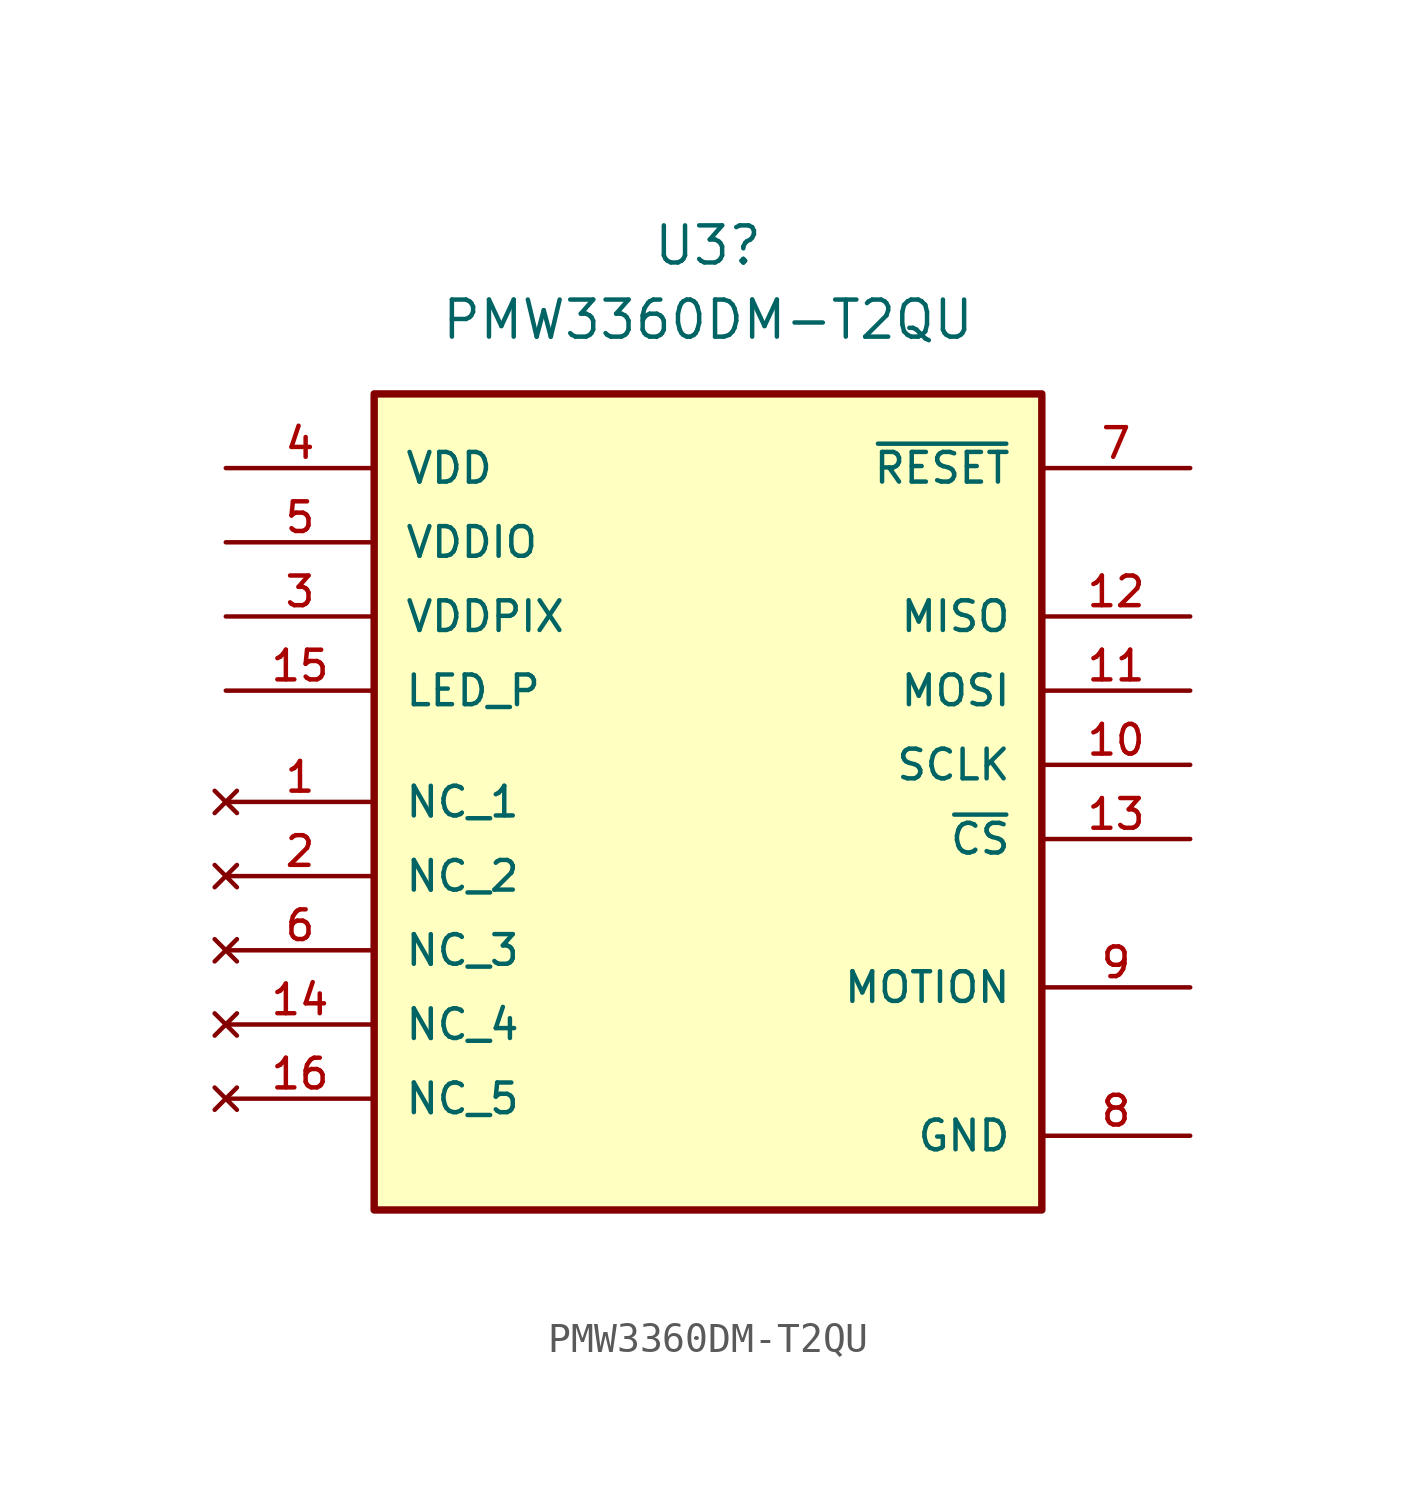
<source format=kicad_sym>
(kicad_symbol_lib
  (version 20211014)
  (generator kicad_symbol_editor)
  (symbol "PMW3360DM-T2QU"
    (pin_names
      (offset 1.016))
    (property "Reference" "U3"
      (at -1.27 17.78 0)
      (effects (font (size 1.27 1.27))))
    (property "Value" "PMW3360DM-T2QU"
      (at -1.27 15.24 0)
      (effects (font (size 1.27 1.27))))
    (property "ki_locked" ""
      (at 0 0 0)
      (effects (font (size 1.27 1.27))))
    (symbol "PMW3360DM-T2QU_0_0"
      (rectangle (start -12.7 -15.24) (end 10.16 12.7) (stroke (width 0.254) (type default) (color 0 0 0 0)) (fill (type background)))
      (pin no_connect line (at -17.78 -1.27 0) (length 5.08) (name "NC_1" (effects (font (size 1.016 1.016)))) (number "1" (effects (font (size 1.016 1.016)))))
      (pin bidirectional line (at 15.24 0 180) (length 5.08) (name "SCLK" (effects (font (size 1.016 1.016)))) (number "10" (effects (font (size 1.016 1.016)))))
      (pin bidirectional line (at 15.24 2.54 180) (length 5.08) (name "MOSI" (effects (font (size 1.016 1.016)))) (number "11" (effects (font (size 1.016 1.016)))))
      (pin bidirectional line (at 15.24 5.08 180) (length 5.08) (name "MISO" (effects (font (size 1.016 1.016)))) (number "12" (effects (font (size 1.016 1.016)))))
      (pin bidirectional line (at 15.24 -2.54 180) (length 5.08) (name "~{CS}" (effects (font (size 1.016 1.016)))) (number "13" (effects (font (size 1.016 1.016)))))
      (pin no_connect line (at -17.78 -8.89 0) (length 5.08) (name "NC_4" (effects (font (size 1.016 1.016)))) (number "14" (effects (font (size 1.016 1.016)))))
      (pin power_in line (at -17.78 2.54 0) (length 5.08) (name "LED_P" (effects (font (size 1.016 1.016)))) (number "15" (effects (font (size 1.016 1.016)))))
      (pin no_connect line (at -17.78 -11.43 0) (length 5.08) (name "NC_5" (effects (font (size 1.016 1.016)))) (number "16" (effects (font (size 1.016 1.016)))))
      (pin no_connect line (at -17.78 -3.81 0) (length 5.08) (name "NC_2" (effects (font (size 1.016 1.016)))) (number "2" (effects (font (size 1.016 1.016)))))
      (pin power_out line (at -17.78 5.08 0) (length 5.08) (name "VDDPIX" (effects (font (size 1.016 1.016)))) (number "3" (effects (font (size 1.016 1.016)))))
      (pin power_in line (at -17.78 10.16 0) (length 5.08) (name "VDD" (effects (font (size 1.016 1.016)))) (number "4" (effects (font (size 1.016 1.016)))))
      (pin power_in line (at -17.78 7.62 0) (length 5.08) (name "VDDIO" (effects (font (size 1.016 1.016)))) (number "5" (effects (font (size 1.016 1.016)))))
      (pin no_connect line (at -17.78 -6.35 0) (length 5.08) (name "NC_3" (effects (font (size 1.016 1.016)))) (number "6" (effects (font (size 1.016 1.016)))))
      (pin bidirectional line (at 15.24 10.16 180) (length 5.08) (name "~{RESET}" (effects (font (size 1.016 1.016)))) (number "7" (effects (font (size 1.016 1.016)))))
      (pin power_in line (at 15.24 -12.7 180) (length 5.08) (name "GND" (effects (font (size 1.016 1.016)))) (number "8" (effects (font (size 1.016 1.016)))))
      (pin bidirectional line (at 15.24 -7.62 180) (length 5.08) (name "MOTION" (effects (font (size 1.016 1.016)))) (number "9" (effects (font (size 1.016 1.016))))))))
</source>
